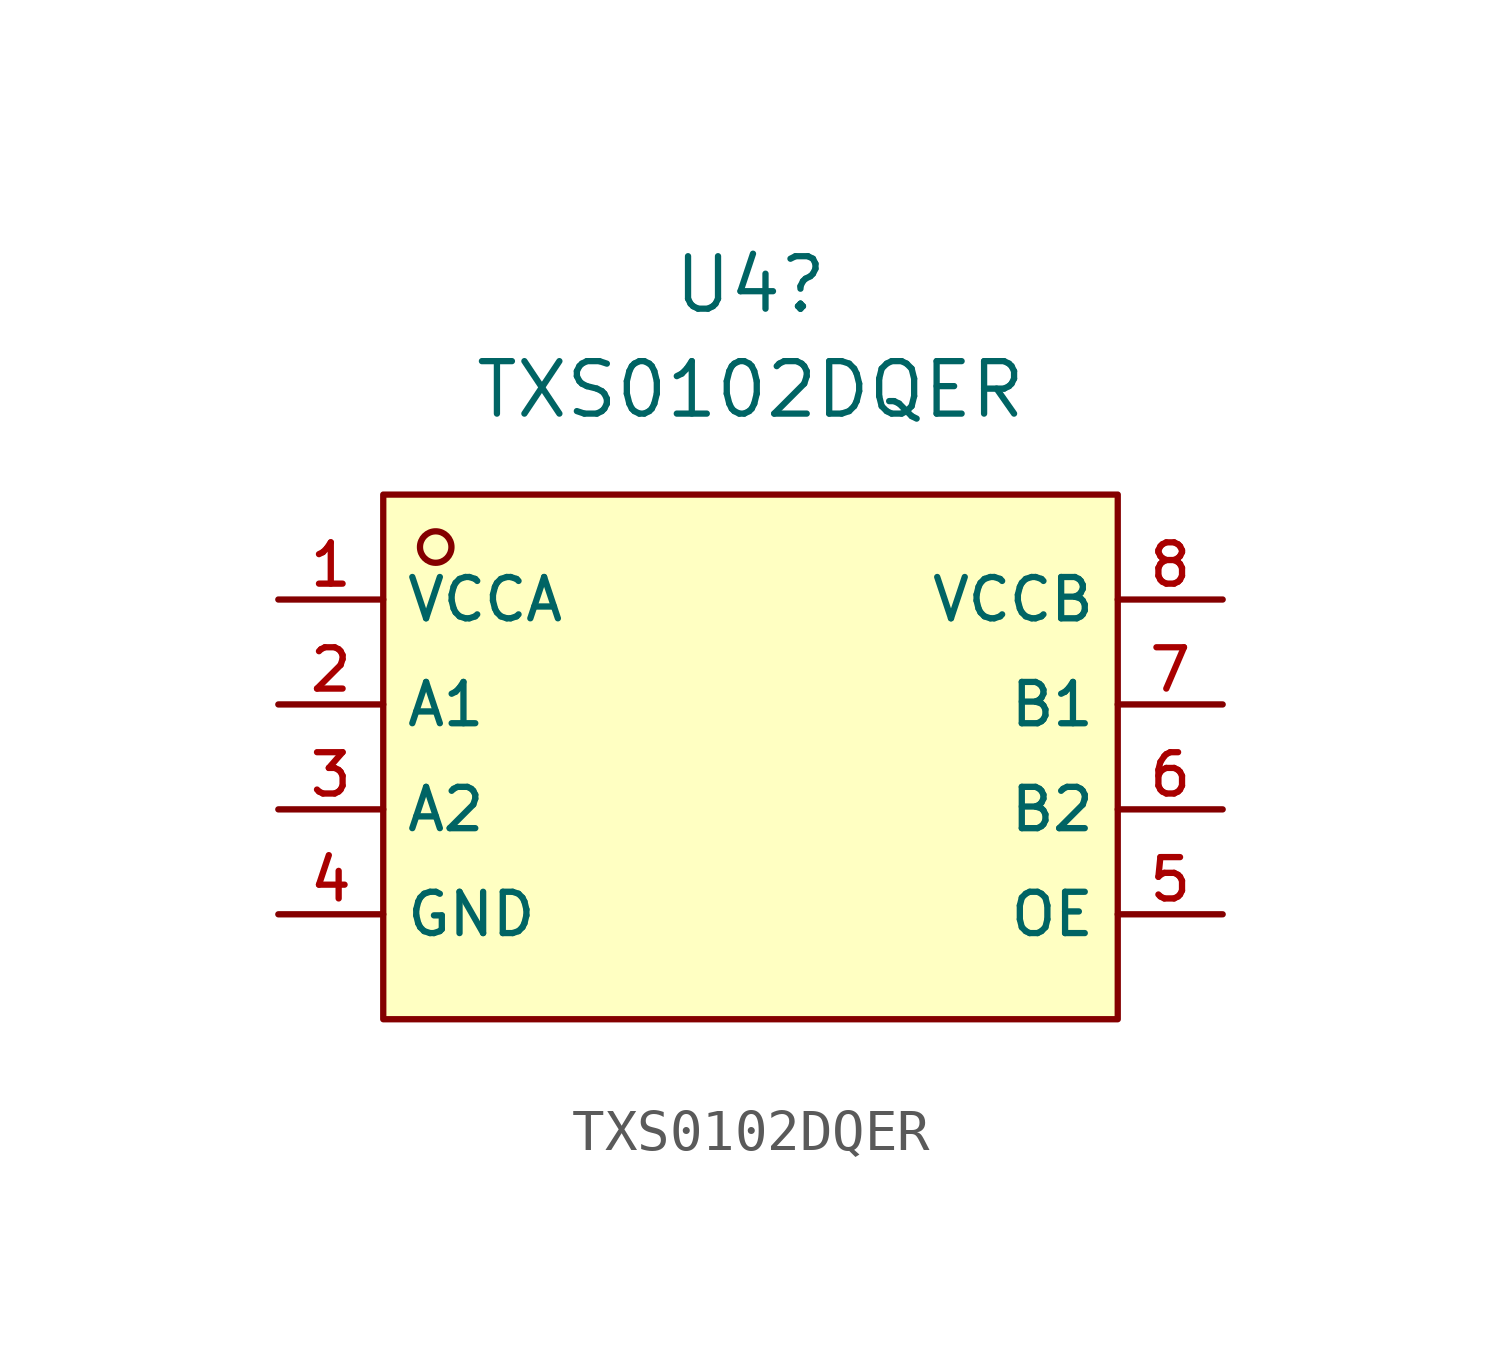
<source format=kicad_sym>
(kicad_symbol_lib
  (version 20241209)
  (generator "kicad_symbol_editor")
  (generator_version "9.0")
  (symbol "TXS0102DQER"
    (property "Reference" "U4"
      (at 0 11.43 0)
      (effects (font (size 1.27 1.27))))
    (property "Value" "TXS0102DQER"
      (at 0 8.89 0)
      (effects (font (size 1.27 1.27))))
    (symbol "TXS0102DQER_0_1"
      (rectangle (start -8.89 6.35) (end 8.89 -6.35) (stroke (width 0) (type default)) (fill (type background)))
      (circle (center -7.62 5.08) (radius 0.381) (stroke (width 0) (type default)) (fill (type background)))
      (pin unspecified line (at -11.43 3.81 0) (length 2.54) (name "VCCA" (effects (font (size 1 1)))) (number "1" (effects (font (size 1 1)))))
      (pin unspecified line (at -11.43 1.27 0) (length 2.54) (name "A1" (effects (font (size 1 1)))) (number "2" (effects (font (size 1 1)))))
      (pin unspecified line (at -11.43 -1.27 0) (length 2.54) (name "A2" (effects (font (size 1 1)))) (number "3" (effects (font (size 1 1)))))
      (pin unspecified line (at -11.43 -3.81 0) (length 2.54) (name "GND" (effects (font (size 1 1)))) (number "4" (effects (font (size 1 1)))))
      (pin unspecified line (at 11.43 3.81 180) (length 2.54) (name "VCCB" (effects (font (size 1 1)))) (number "8" (effects (font (size 1 1)))))
      (pin unspecified line (at 11.43 1.27 180) (length 2.54) (name "B1" (effects (font (size 1 1)))) (number "7" (effects (font (size 1 1)))))
      (pin unspecified line (at 11.43 -1.27 180) (length 2.54) (name "B2" (effects (font (size 1 1)))) (number "6" (effects (font (size 1 1)))))
      (pin unspecified line (at 11.43 -3.81 180) (length 2.54) (name "OE" (effects (font (size 1 1)))) (number "5" (effects (font (size 1 1))))))))
</source>
